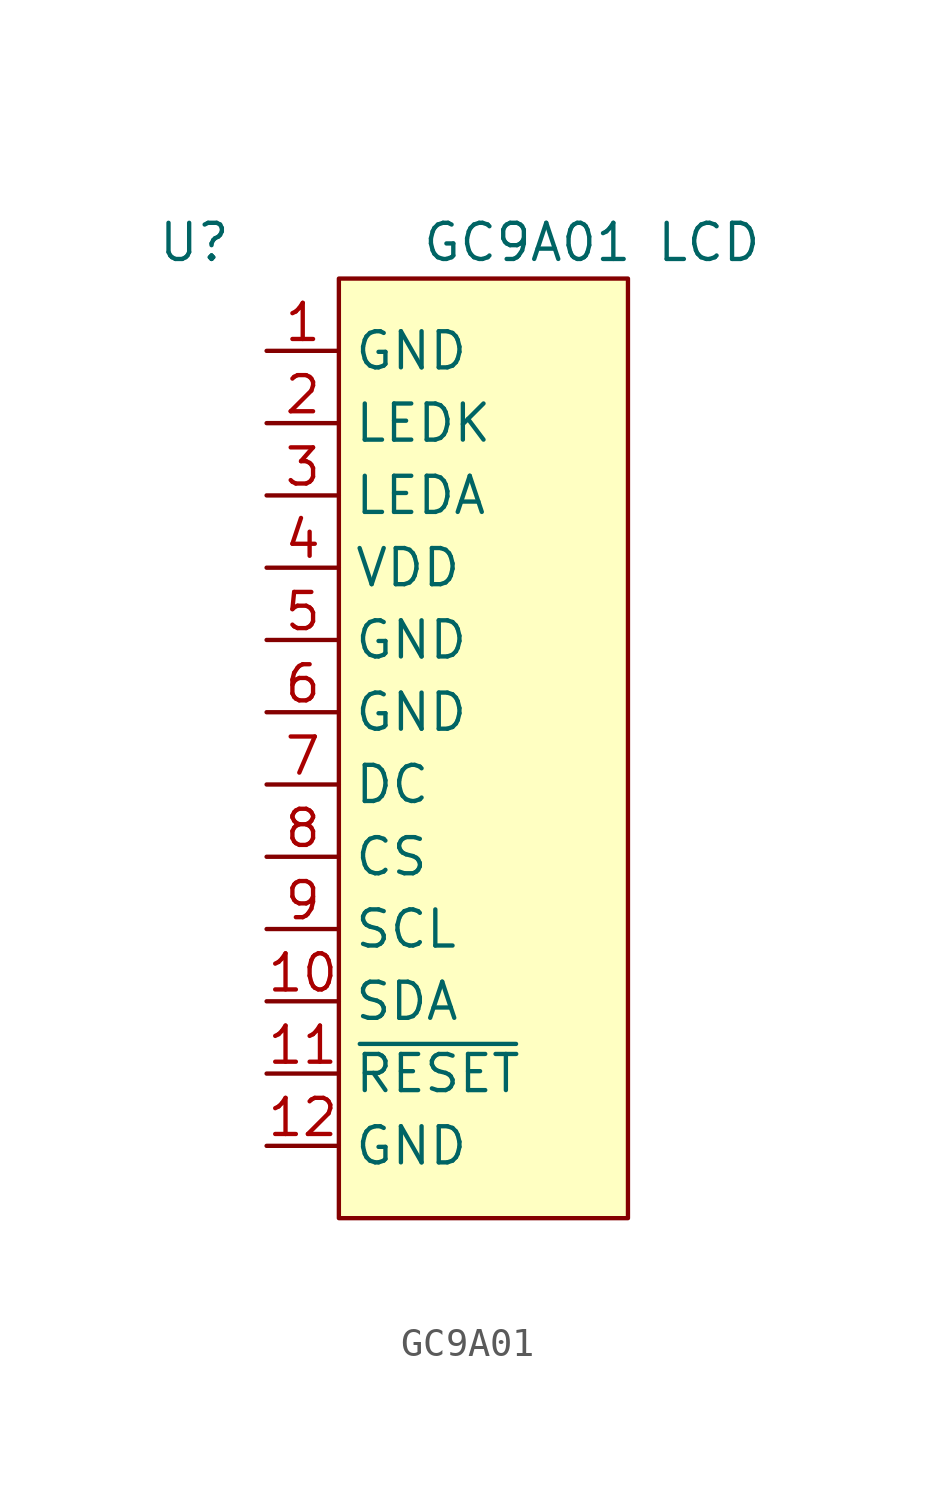
<source format=kicad_sym>
(kicad_symbol_lib
  (version 20220914)
  (generator kicad_symbol_editor)
  (symbol "GC9A01"
    (property "Reference" "U"
      (at -5.08 16.51 0)
      (effects (font (size 1.27 1.27))))
    (property "Value" "GC9A01 LCD"
      (at 8.89 16.51 0)
      (effects (font (size 1.27 1.27))))
    (symbol "GC9A01_0_1"
      (rectangle (start 0 15.24) (end 10.16 -17.78) (stroke (width 0) (type default)) (fill (type background))))
    (symbol "GC9A01_1_1"
      (pin power_in line (at -2.54 12.7 0) (length 2.54) (name "GND" (effects (font (size 1.27 1.27)))) (number "1" (effects (font (size 1.27 1.27)))))
      (pin input line (at -2.54 -10.16 0) (length 2.54) (name "SDA" (effects (font (size 1.27 1.27)))) (number "10" (effects (font (size 1.27 1.27)))))
      (pin input line (at -2.54 -12.7 0) (length 2.54) (name "~{RESET}" (effects (font (size 1.27 1.27)))) (number "11" (effects (font (size 1.27 1.27)))))
      (pin power_in line (at -2.54 -15.24 0) (length 2.54) (name "GND" (effects (font (size 1.27 1.27)))) (number "12" (effects (font (size 1.27 1.27)))))
      (pin input line (at -2.54 10.16 0) (length 2.54) (name "LEDK" (effects (font (size 1.27 1.27)))) (number "2" (effects (font (size 1.27 1.27)))))
      (pin input line (at -2.54 7.62 0) (length 2.54) (name "LEDA" (effects (font (size 1.27 1.27)))) (number "3" (effects (font (size 1.27 1.27)))))
      (pin power_in line (at -2.54 5.08 0) (length 2.54) (name "VDD" (effects (font (size 1.27 1.27)))) (number "4" (effects (font (size 1.27 1.27)))))
      (pin power_in line (at -2.54 2.54 0) (length 2.54) (name "GND" (effects (font (size 1.27 1.27)))) (number "5" (effects (font (size 1.27 1.27)))))
      (pin power_in line (at -2.54 0 0) (length 2.54) (name "GND" (effects (font (size 1.27 1.27)))) (number "6" (effects (font (size 1.27 1.27)))))
      (pin input line (at -2.54 -2.54 0) (length 2.54) (name "DC" (effects (font (size 1.27 1.27)))) (number "7" (effects (font (size 1.27 1.27)))))
      (pin input line (at -2.54 -5.08 0) (length 2.54) (name "CS" (effects (font (size 1.27 1.27)))) (number "8" (effects (font (size 1.27 1.27)))))
      (pin input line (at -2.54 -7.62 0) (length 2.54) (name "SCL" (effects (font (size 1.27 1.27)))) (number "9" (effects (font (size 1.27 1.27))))))))
</source>
